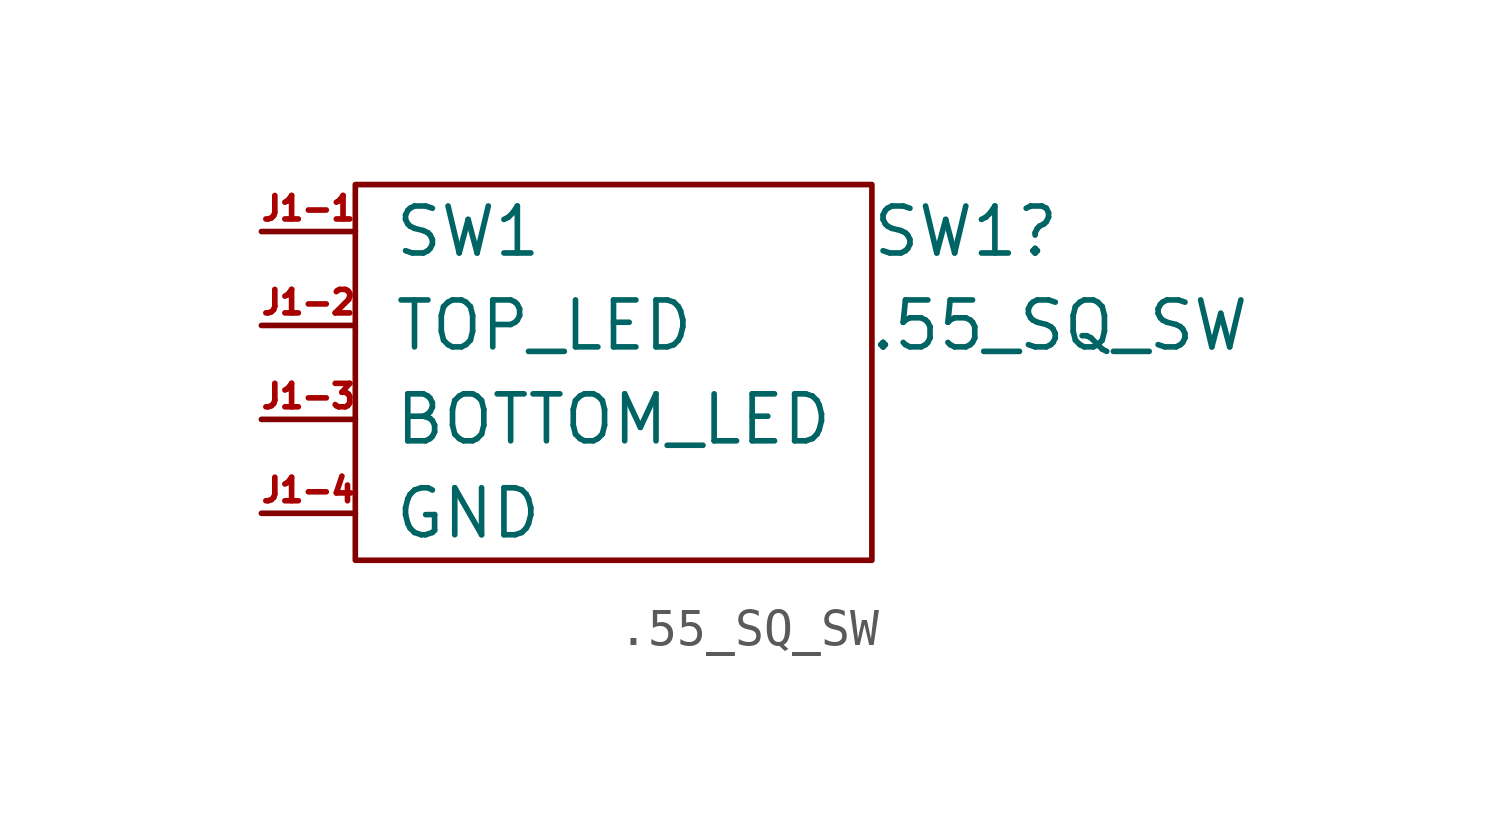
<source format=kicad_sym>
(kicad_symbol_lib
  (version 20211014)
  (generator kicad_symbol_editor)
  (symbol ".55_SQ_SW"
    (pin_names
      (offset 1.016))
    (property "Reference" "SW1"
      (at 10.16 3.81 0)
      (effects (font (size 1.27 1.27))))
    (property "Value" ".55_SQ_SW"
      (at 12.7 1.27 0)
      (effects (font (size 1.27 1.27))))
    (symbol ".55_SQ_SW_0_0"
      (pin input line (at -8.89 3.81 0) (length 2.54) (name "SW1" (effects (font (size 1.27 1.27)))) (number "J1-1" (effects (font (size 0.635 0.635)))))
      (pin output line (at -8.89 1.27 0) (length 2.54) (name "TOP_LED" (effects (font (size 1.27 1.27)))) (number "J1-2" (effects (font (size 0.635 0.635)))))
      (pin output line (at -8.89 -1.27 0) (length 2.54) (name "BOTTOM_LED" (effects (font (size 1.27 1.27)))) (number "J1-3" (effects (font (size 0.635 0.635)))))
      (pin power_out line (at -8.89 -3.81 0) (length 2.54) (name "GND" (effects (font (size 1.27 1.27)))) (number "J1-4" (effects (font (size 0.635 0.635))))))
    (symbol ".55_SQ_SW_0_1"
      (rectangle (start -6.35 5.08) (end 7.62 -5.08) (stroke (width 0) (type default) (color 0 0 0 0)) (fill (type none))))))
</source>
